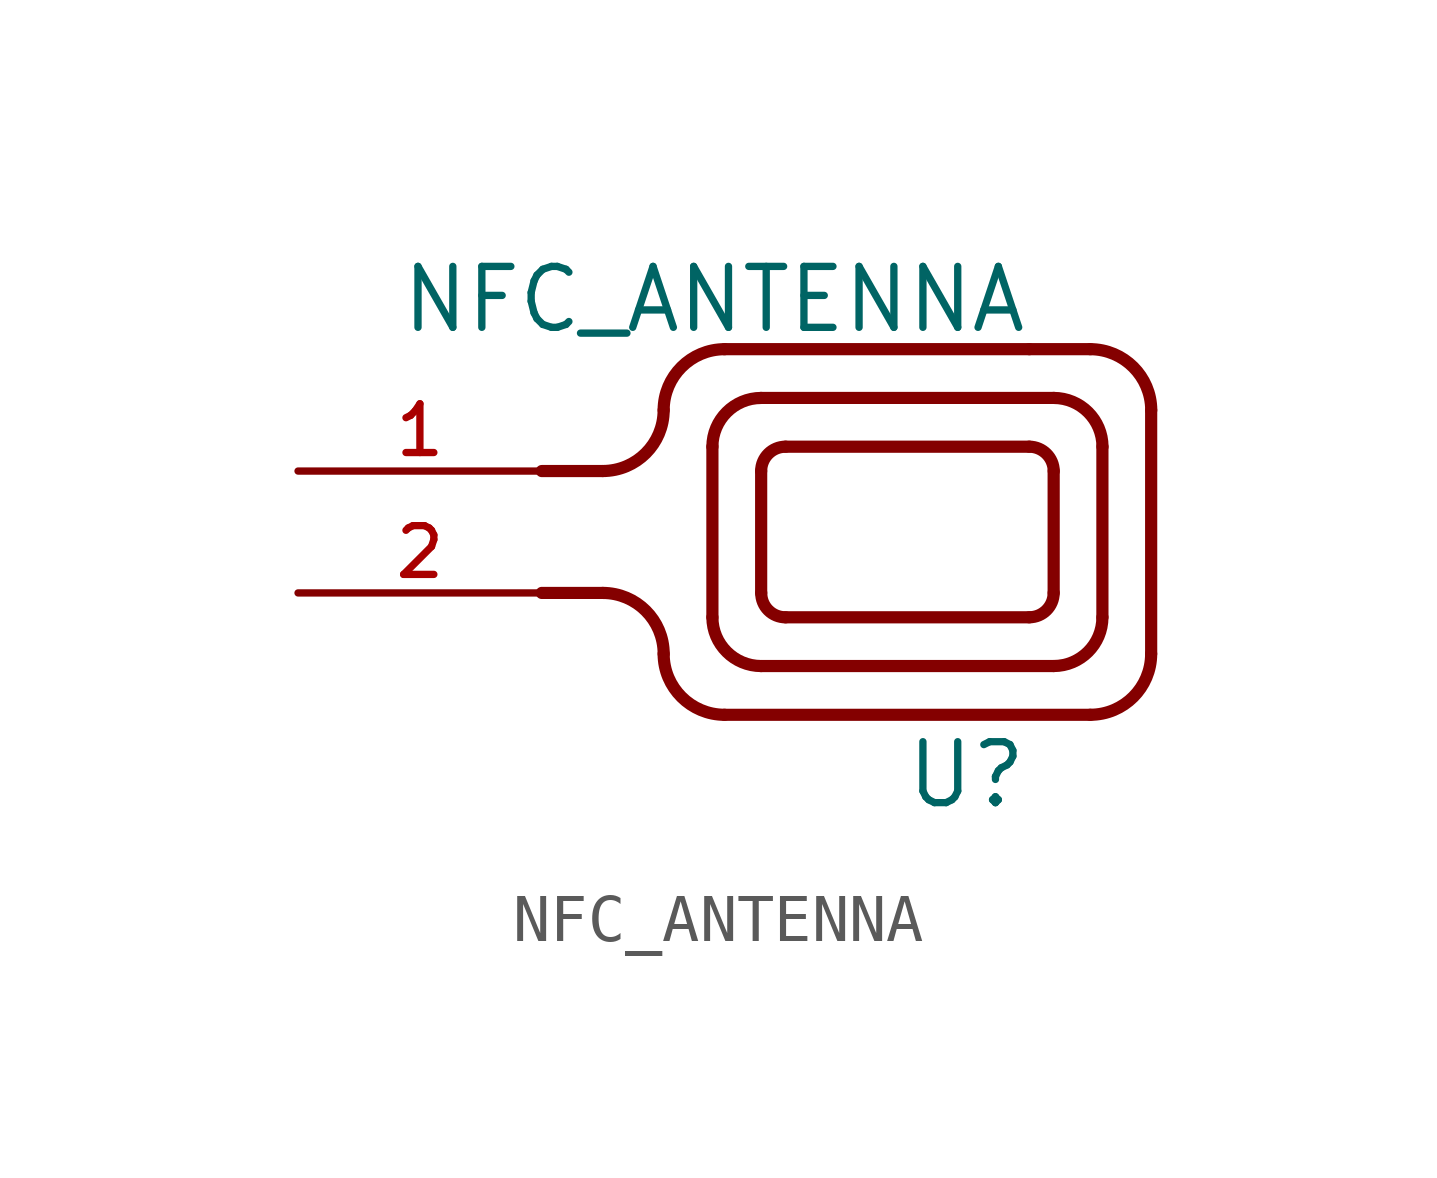
<source format=kicad_sym>
(kicad_symbol_lib
  (version 20211014)
  (generator kicad_symbol_editor)
  (symbol "NFC_ANTENNA"
    (pin_names
      (offset 1.016))
    (property "Reference" "U"
      (at 2.54 -0.508 0.0)
      (effects (font (size 1.27 1.27)) (justify top right)))
    (property "Value" "NFC_ANTENNA"
      (at 2.54 9.398 0.0)
      (effects (font (size 1.27 1.27)) (justify top right)))
    (symbol "NFC_ANTENNA_0_0"
      (polyline (pts (xy -7.62 5.08) (xy -6.35 5.08)) (stroke (width 0.254)))
      (arc (start -5.08 6.35) (mid -5.452 5.452) (end -6.35 5.08) (stroke (width 0.254) (type default) (color 0 0 0 0)) (fill (type none)))
      (arc (start -3.81 7.62) (mid -4.708 7.248) (end -5.08 6.35) (stroke (width 0.254) (type default) (color 0 0 0 0)) (fill (type none)))
      (polyline (pts (xy -3.81 7.62) (xy 2.54 7.62)) (stroke (width 0.254)))
      (polyline (pts (xy 2.54 7.62) (xy 3.81 7.62)) (stroke (width 0.254)))
      (arc (start 5.08 6.35) (mid 4.708 7.248) (end 3.81 7.62) (stroke (width 0.254) (type default) (color 0 0 0 0)) (fill (type none)))
      (polyline (pts (xy 5.08 6.35) (xy 5.08 1.27)) (stroke (width 0.254)))
      (arc (start 3.81 0.0) (mid 4.708 0.372) (end 5.08 1.27) (stroke (width 0.254) (type default) (color 0 0 0 0)) (fill (type none)))
      (polyline (pts (xy 3.81 0.0) (xy -3.81 0.0)) (stroke (width 0.254)))
      (arc (start -5.08 1.27) (mid -4.708 0.372) (end -3.81 0.0) (stroke (width 0.254) (type default) (color 0 0 0 0)) (fill (type none)))
      (arc (start -6.35 2.54) (mid -5.452 2.168) (end -5.08 1.27) (stroke (width 0.254) (type default) (color 0 0 0 0)) (fill (type none)))
      (polyline (pts (xy -6.35 2.54) (xy -7.62 2.54)) (stroke (width 0.254)))
      (polyline (pts (xy -3.048 1.016) (xy 3.048 1.016)) (stroke (width 0.254)))
      (polyline (pts (xy -3.048 6.604) (xy 3.048 6.604)) (stroke (width 0.254)))
      (polyline (pts (xy 4.064 5.588) (xy 4.064 2.032)) (stroke (width 0.254)))
      (polyline (pts (xy -4.064 2.032) (xy -4.064 5.588)) (stroke (width 0.254)))
      (polyline (pts (xy 2.54 5.588) (xy -2.54 5.588)) (stroke (width 0.254)))
      (polyline (pts (xy 2.54 2.032) (xy -2.54 2.032)) (stroke (width 0.254)))
      (polyline (pts (xy 3.048 2.54) (xy 3.048 5.08)) (stroke (width 0.254)))
      (polyline (pts (xy -3.048 2.54) (xy -3.048 5.08)) (stroke (width 0.254)))
      (arc (start 4.064 5.588) (mid 3.7664 6.3064) (end 3.048 6.604) (stroke (width 0.254) (type default) (color 0 0 0 0)) (fill (type none)))
      (arc (start 3.048 1.016) (mid 3.7664 1.3136) (end 4.064 2.032) (stroke (width 0.254) (type default) (color 0 0 0 0)) (fill (type none)))
      (arc (start -4.064 2.032) (mid -3.7664 1.3136) (end -3.048 1.016) (stroke (width 0.254) (type default) (color 0 0 0 0)) (fill (type none)))
      (arc (start -3.048 6.604) (mid -3.7664 6.3064) (end -4.064 5.588) (stroke (width 0.254) (type default) (color 0 0 0 0)) (fill (type none)))
      (arc (start 2.54 2.032) (mid 2.8992 2.1808) (end 3.048 2.54) (stroke (width 0.254) (type default) (color 0 0 0 0)) (fill (type none)))
      (arc (start -3.048 2.54) (mid -2.8992 2.1808) (end -2.54 2.032) (stroke (width 0.254) (type default) (color 0 0 0 0)) (fill (type none)))
      (arc (start -3.048 5.08) (mid -2.8992 5.4392) (end -2.54 5.588) (stroke (width 0.254) (type default) (color 0 0 0 0)) (fill (type none)))
      (arc (start 3.048 5.08) (mid 2.8992 5.4392) (end 2.54 5.588) (stroke (width 0.254) (type default) (color 0 0 0 0)) (fill (type none)))
      (pin bidirectional line (at -12.7 5.08 0) (length 5.08) (name "~" (effects (font (size 1.016 1.016)))) (number "1" (effects (font (size 1.016 1.016)))))
      (pin bidirectional line (at -12.7 2.54 0) (length 5.08) (name "~" (effects (font (size 1.016 1.016)))) (number "2" (effects (font (size 1.016 1.016))))))))
</source>
